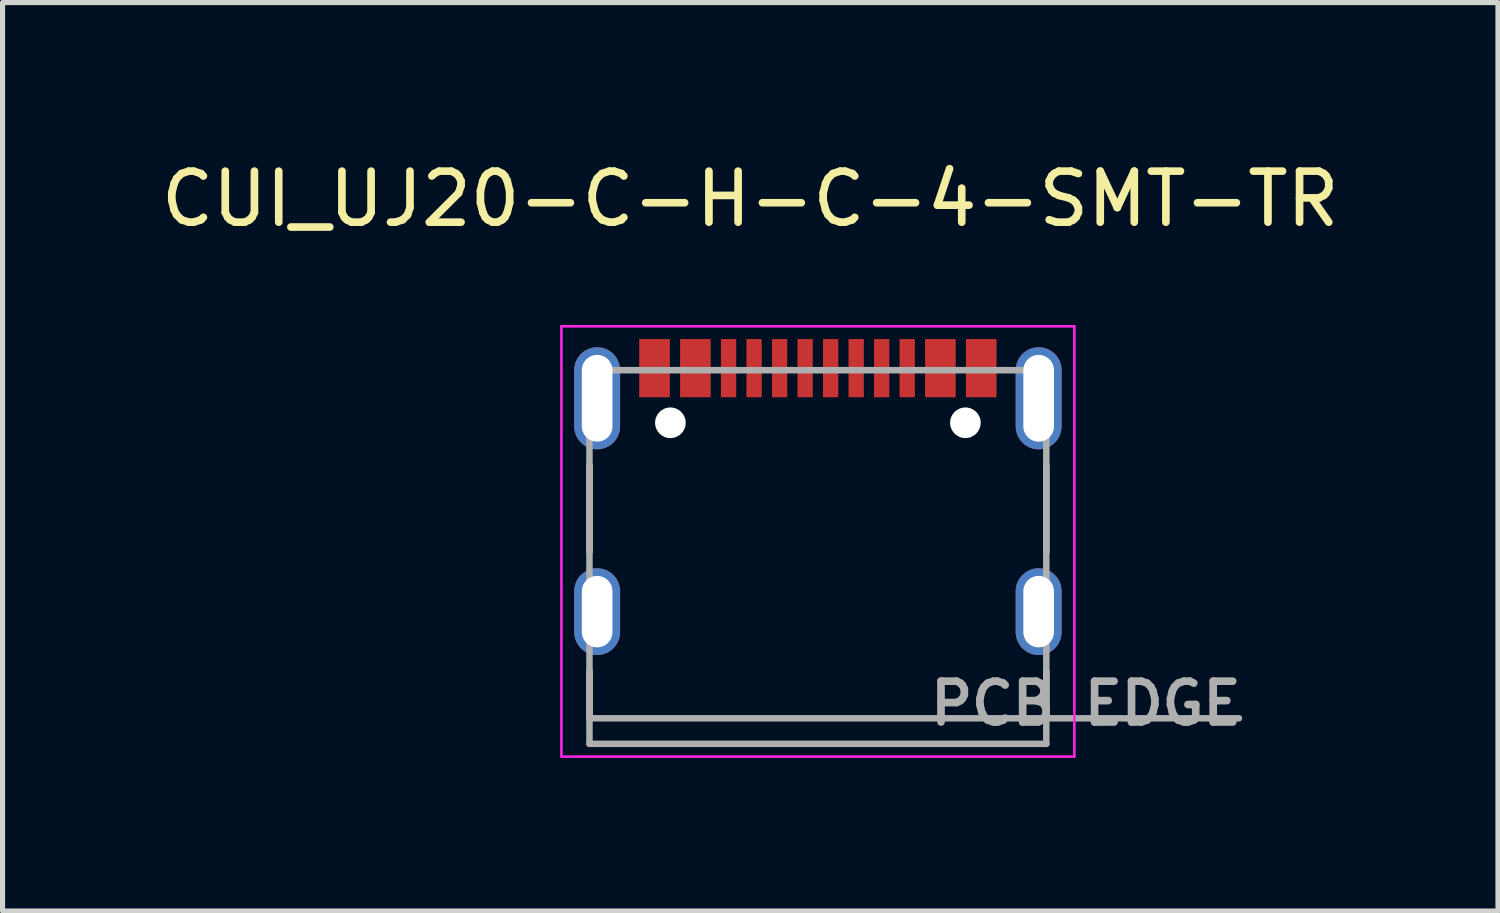
<source format=kicad_pcb>
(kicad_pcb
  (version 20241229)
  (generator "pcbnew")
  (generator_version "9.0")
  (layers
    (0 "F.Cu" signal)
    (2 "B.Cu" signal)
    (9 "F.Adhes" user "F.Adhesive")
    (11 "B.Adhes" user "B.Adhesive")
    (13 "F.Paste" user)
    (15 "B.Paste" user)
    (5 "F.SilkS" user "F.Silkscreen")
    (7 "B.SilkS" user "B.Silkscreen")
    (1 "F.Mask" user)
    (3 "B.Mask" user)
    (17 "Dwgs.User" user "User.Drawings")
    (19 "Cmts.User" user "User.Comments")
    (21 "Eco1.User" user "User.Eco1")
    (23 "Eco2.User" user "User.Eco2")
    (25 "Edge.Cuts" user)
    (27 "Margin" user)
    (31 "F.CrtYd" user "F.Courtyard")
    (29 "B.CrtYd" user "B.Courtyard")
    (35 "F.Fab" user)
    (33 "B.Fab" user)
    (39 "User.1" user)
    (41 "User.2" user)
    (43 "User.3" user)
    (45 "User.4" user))
  (footprint "CUI_UJ20-C-H-C-4-SMT-TR"
    (layer "F.Cu")
    (at 12.974 7.923)
    (property "Reference" "CUI_UJ20-C-H-C-4-SMT-TR" (at -1.325 -7.075 0) (layer "F.SilkS") (effects (font (size 1 1) (thickness 0.15))))
    (attr smd)
    (fp_poly (pts (xy -3.55 -4.38) (xy -2.85 -4.38) (xy -2.85 -3.14) (xy -3.55 -3.14)) (stroke (width 0.01) (type solid)) (fill yes) (layer "F.Mask"))
    (fp_poly (pts (xy -2.75 -4.38) (xy -2.05 -4.38) (xy -2.05 -3.14) (xy -2.75 -3.14)) (stroke (width 0.01) (type solid)) (fill yes) (layer "F.Mask"))
    (fp_poly (pts (xy -1.95 -4.38) (xy -1.55 -4.38) (xy -1.55 -3.14) (xy -1.95 -3.14)) (stroke (width 0.01) (type solid)) (fill yes) (layer "F.Mask"))
    (fp_poly (pts (xy -1.45 -4.38) (xy -1.05 -4.38) (xy -1.05 -3.14) (xy -1.45 -3.14)) (stroke (width 0.01) (type solid)) (fill yes) (layer "F.Mask"))
    (fp_poly (pts (xy -0.95 -4.38) (xy -0.55 -4.38) (xy -0.55 -3.14) (xy -0.95 -3.14)) (stroke (width 0.01) (type solid)) (fill yes) (layer "F.Mask"))
    (fp_poly (pts (xy -0.45 -4.38) (xy -0.05 -4.38) (xy -0.05 -3.14) (xy -0.45 -3.14)) (stroke (width 0.01) (type solid)) (fill yes) (layer "F.Mask"))
    (fp_poly (pts (xy 0.05 -4.38) (xy 0.45 -4.38) (xy 0.45 -3.14) (xy 0.05 -3.14)) (stroke (width 0.01) (type solid)) (fill yes) (layer "F.Mask"))
    (fp_poly (pts (xy 0.55 -4.38) (xy 0.95 -4.38) (xy 0.95 -3.14) (xy 0.55 -3.14)) (stroke (width 0.01) (type solid)) (fill yes) (layer "F.Mask"))
    (fp_poly (pts (xy 1.05 -4.38) (xy 1.45 -4.38) (xy 1.45 -3.14) (xy 1.05 -3.14)) (stroke (width 0.01) (type solid)) (fill yes) (layer "F.Mask"))
    (fp_poly (pts (xy 1.55 -4.38) (xy 1.95 -4.38) (xy 1.95 -3.14) (xy 1.55 -3.14)) (stroke (width 0.01) (type solid)) (fill yes) (layer "F.Mask"))
    (fp_poly (pts (xy 2.05 -4.38) (xy 2.75 -4.38) (xy 2.75 -3.14) (xy 2.05 -3.14)) (stroke (width 0.01) (type solid)) (fill yes) (layer "F.Mask"))
    (fp_poly (pts (xy 2.85 -4.38) (xy 3.55 -4.38) (xy 3.55 -3.14) (xy 2.85 -3.14)) (stroke (width 0.01) (type solid)) (fill yes) (layer "F.Mask"))
    (fp_line (start -4.475 -0.16) (end -4.475 -1.85) (stroke (width 0.127) (type solid)) (layer "F.SilkS"))
    (fp_line (start -4.475 3.1) (end -4.475 2.18) (stroke (width 0.127) (type solid)) (layer "F.SilkS"))
    (fp_line (start 4.475 -0.16) (end 4.475 -1.85) (stroke (width 0.127) (type solid)) (layer "F.SilkS"))
    (fp_line (start 4.475 3.1) (end 4.475 2.18) (stroke (width 0.127) (type solid)) (layer "F.SilkS"))
    (fp_line (start -5.025 -4.58) (end 5.025 -4.58) (stroke (width 0.05) (type solid)) (layer "F.CrtYd"))
    (fp_line (start -5.025 3.85) (end -5.025 -4.58) (stroke (width 0.05) (type solid)) (layer "F.CrtYd"))
    (fp_line (start 5.025 -4.58) (end 5.025 3.85) (stroke (width 0.05) (type solid)) (layer "F.CrtYd"))
    (fp_line (start 5.025 3.85) (end -5.025 3.85) (stroke (width 0.05) (type solid)) (layer "F.CrtYd"))
    (fp_line (start -4.475 -3.72) (end 4.475 -3.72) (stroke (width 0.127) (type solid)) (layer "F.Fab"))
    (fp_line (start -4.475 3.1) (end -4.475 -3.72) (stroke (width 0.127) (type solid)) (layer "F.Fab"))
    (fp_line (start -4.475 3.1) (end 8.25 3.1) (stroke (width 0.127) (type solid)) (layer "F.Fab"))
    (fp_line (start -4.475 3.6) (end -4.475 3.1) (stroke (width 0.127) (type solid)) (layer "F.Fab"))
    (fp_line (start 4.475 -3.72) (end 4.475 3.6) (stroke (width 0.127) (type solid)) (layer "F.Fab"))
    (fp_line (start 4.475 3.6) (end -4.475 3.6) (stroke (width 0.127) (type solid)) (layer "F.Fab"))
    (fp_text user "PCB EDGE" (at 5.25 2.81 0) (layer "F.Fab") (effects (font (size 0.8 0.8) (thickness 0.15))))
    (pad "" np_thru_hole circle (at -2.89 -2.69) (size 0.6 0.6) (drill 0.6) (layers "*.Cu" "*.Mask"))
    (pad "" np_thru_hole circle (at 2.89 -2.69) (size 0.6 0.6) (drill 0.6) (layers "*.Cu" "*.Mask"))
    (pad "A1_B12" smd rect (at -3.2 -3.76) (size 0.6 1.14) (layers "F.Cu" "F.Paste"))
    (pad "A4_B9" smd rect (at -2.4 -3.76) (size 0.6 1.14) (layers "F.Cu" "F.Paste"))
    (pad "A5" smd rect (at -1.25 -3.76) (size 0.3 1.14) (layers "F.Cu" "F.Paste"))
    (pad "A6" smd rect (at -0.25 -3.76) (size 0.3 1.14) (layers "F.Cu" "F.Paste"))
    (pad "A7" smd rect (at 0.25 -3.76) (size 0.3 1.14) (layers "F.Cu" "F.Paste"))
    (pad "A8" smd rect (at 1.25 -3.76) (size 0.3 1.14) (layers "F.Cu" "F.Paste"))
    (pad "A9_B4" smd rect (at 2.4 -3.76) (size 0.6 1.14) (layers "F.Cu" "F.Paste"))
    (pad "A12_B1" smd rect (at 3.2 -3.76) (size 0.6 1.14) (layers "F.Cu" "F.Paste"))
    (pad "B5" smd rect (at 1.75 -3.76) (size 0.3 1.14) (layers "F.Cu" "F.Paste"))
    (pad "B6" smd rect (at 0.75 -3.76) (size 0.3 1.14) (layers "F.Cu" "F.Paste"))
    (pad "B7" smd rect (at -0.75 -3.76) (size 0.3 1.14) (layers "F.Cu" "F.Paste"))
    (pad "B8" smd rect (at -1.75 -3.76) (size 0.3 1.14) (layers "F.Cu" "F.Paste"))
    (pad "SH1" thru_hole oval (at -4.325 1.01) (size 0.9 1.7) (drill oval 0.6 1.4) (layers "*.Cu" "*.Mask"))
    (pad "SH2" thru_hole oval (at 4.325 1.01) (size 0.9 1.7) (drill oval 0.6 1.4) (layers "*.Cu" "*.Mask"))
    (pad "SH3" thru_hole oval (at -4.325 -3.17) (size 0.9 2) (drill oval 0.6 1.7) (layers "*.Cu" "*.Mask"))
    (pad "SH4" thru_hole oval (at 4.325 -3.17) (size 0.9 2) (drill oval 0.6 1.7) (layers "*.Cu" "*.Mask")))
  (gr_rect
    (start -3 -3)
    (end 26.298 14.798)
    (stroke (width 0.1) (type default))
    (fill no)
    (layer "Edge.Cuts")))
</source>
